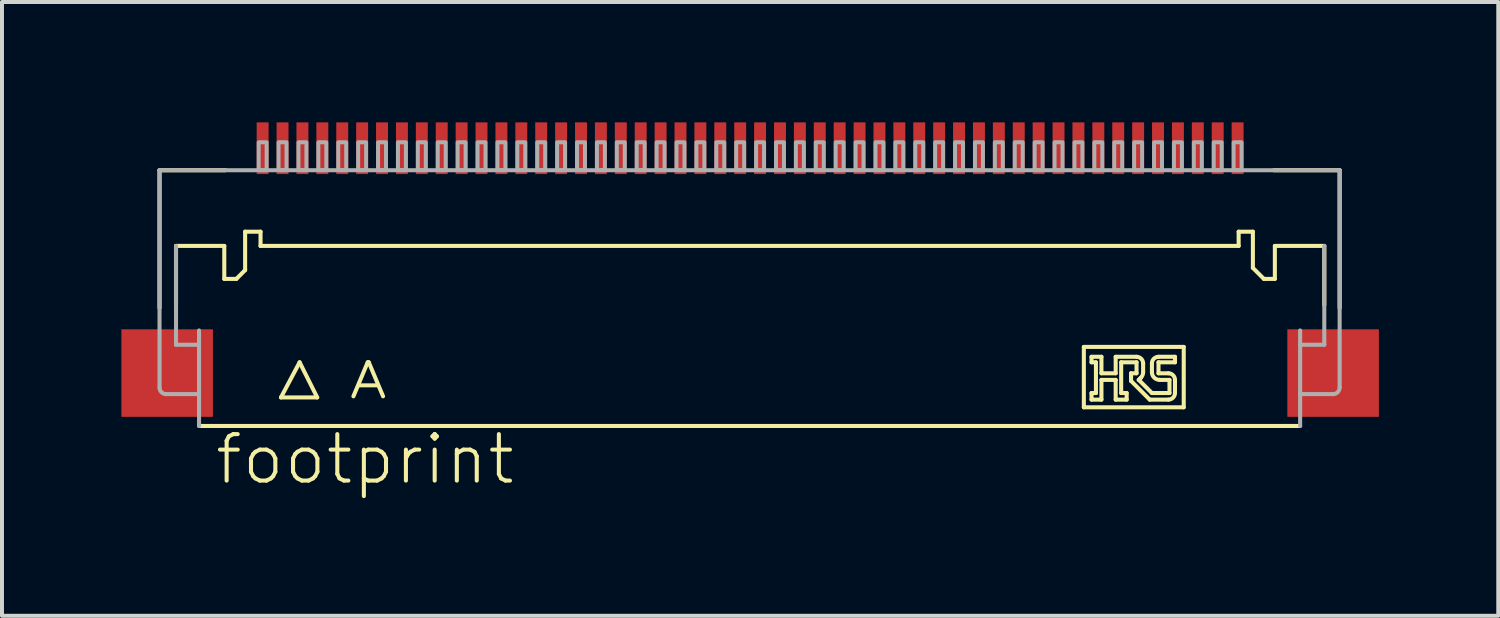
<source format=kicad_pcb>
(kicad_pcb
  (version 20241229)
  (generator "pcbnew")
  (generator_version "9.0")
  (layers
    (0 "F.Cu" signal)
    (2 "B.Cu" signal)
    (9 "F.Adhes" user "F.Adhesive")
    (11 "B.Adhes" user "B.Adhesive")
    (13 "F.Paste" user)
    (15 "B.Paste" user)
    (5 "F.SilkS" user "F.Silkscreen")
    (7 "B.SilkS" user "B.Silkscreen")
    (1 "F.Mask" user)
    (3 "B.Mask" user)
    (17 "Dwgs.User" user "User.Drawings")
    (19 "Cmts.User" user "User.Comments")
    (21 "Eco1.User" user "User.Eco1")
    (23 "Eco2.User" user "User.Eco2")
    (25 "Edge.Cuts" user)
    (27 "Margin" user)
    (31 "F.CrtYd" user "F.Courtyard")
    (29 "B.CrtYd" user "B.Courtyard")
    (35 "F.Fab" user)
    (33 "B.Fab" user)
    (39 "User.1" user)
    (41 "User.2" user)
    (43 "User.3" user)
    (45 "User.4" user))
  (footprint "footprint"
    (layer "F.Cu")
    (at 15.8 4.175)
    (property "Reference" "footprint" (at -13.5 5 0) (layer "F.SilkS") (effects (font (size 1.168 1.168) (thickness 0.102)) (justify left bottom)))
    (fp_poly (pts (xy -12.425 -2.825) (xy -12.075 -2.825) (xy -12.075 -4.175) (xy -12.425 -4.175)) (stroke (width 0) (type solid)) (fill yes) (layer "F.Mask"))
    (fp_poly (pts (xy -11.925 -2.825) (xy -11.575 -2.825) (xy -11.575 -4.175) (xy -11.925 -4.175)) (stroke (width 0) (type solid)) (fill yes) (layer "F.Mask"))
    (fp_poly (pts (xy -11.425 -2.825) (xy -11.075 -2.825) (xy -11.075 -4.175) (xy -11.425 -4.175)) (stroke (width 0) (type solid)) (fill yes) (layer "F.Mask"))
    (fp_poly (pts (xy -10.925 -2.825) (xy -10.575 -2.825) (xy -10.575 -4.175) (xy -10.925 -4.175)) (stroke (width 0) (type solid)) (fill yes) (layer "F.Mask"))
    (fp_poly (pts (xy -10.425 -2.825) (xy -10.075 -2.825) (xy -10.075 -4.175) (xy -10.425 -4.175)) (stroke (width 0) (type solid)) (fill yes) (layer "F.Mask"))
    (fp_poly (pts (xy -9.925 -2.825) (xy -9.575 -2.825) (xy -9.575 -4.175) (xy -9.925 -4.175)) (stroke (width 0) (type solid)) (fill yes) (layer "F.Mask"))
    (fp_poly (pts (xy -9.425 -2.825) (xy -9.075 -2.825) (xy -9.075 -4.175) (xy -9.425 -4.175)) (stroke (width 0) (type solid)) (fill yes) (layer "F.Mask"))
    (fp_poly (pts (xy -8.925 -2.825) (xy -8.575 -2.825) (xy -8.575 -4.175) (xy -8.925 -4.175)) (stroke (width 0) (type solid)) (fill yes) (layer "F.Mask"))
    (fp_poly (pts (xy -8.425 -2.825) (xy -8.075 -2.825) (xy -8.075 -4.175) (xy -8.425 -4.175)) (stroke (width 0) (type solid)) (fill yes) (layer "F.Mask"))
    (fp_poly (pts (xy -7.925 -2.825) (xy -7.575 -2.825) (xy -7.575 -4.175) (xy -7.925 -4.175)) (stroke (width 0) (type solid)) (fill yes) (layer "F.Mask"))
    (fp_poly (pts (xy -7.425 -2.825) (xy -7.075 -2.825) (xy -7.075 -4.175) (xy -7.425 -4.175)) (stroke (width 0) (type solid)) (fill yes) (layer "F.Mask"))
    (fp_poly (pts (xy -6.925 -2.825) (xy -6.575 -2.825) (xy -6.575 -4.175) (xy -6.925 -4.175)) (stroke (width 0) (type solid)) (fill yes) (layer "F.Mask"))
    (fp_poly (pts (xy -6.425 -2.825) (xy -6.075 -2.825) (xy -6.075 -4.175) (xy -6.425 -4.175)) (stroke (width 0) (type solid)) (fill yes) (layer "F.Mask"))
    (fp_poly (pts (xy -5.925 -2.825) (xy -5.575 -2.825) (xy -5.575 -4.175) (xy -5.925 -4.175)) (stroke (width 0) (type solid)) (fill yes) (layer "F.Mask"))
    (fp_poly (pts (xy -5.425 -2.825) (xy -5.075 -2.825) (xy -5.075 -4.175) (xy -5.425 -4.175)) (stroke (width 0) (type solid)) (fill yes) (layer "F.Mask"))
    (fp_poly (pts (xy -4.925 -2.825) (xy -4.575 -2.825) (xy -4.575 -4.175) (xy -4.925 -4.175)) (stroke (width 0) (type solid)) (fill yes) (layer "F.Mask"))
    (fp_poly (pts (xy -4.425 -2.825) (xy -4.075 -2.825) (xy -4.075 -4.175) (xy -4.425 -4.175)) (stroke (width 0) (type solid)) (fill yes) (layer "F.Mask"))
    (fp_poly (pts (xy -3.925 -2.825) (xy -3.575 -2.825) (xy -3.575 -4.175) (xy -3.925 -4.175)) (stroke (width 0) (type solid)) (fill yes) (layer "F.Mask"))
    (fp_poly (pts (xy -3.425 -2.825) (xy -3.075 -2.825) (xy -3.075 -4.175) (xy -3.425 -4.175)) (stroke (width 0) (type solid)) (fill yes) (layer "F.Mask"))
    (fp_poly (pts (xy -2.925 -2.825) (xy -2.575 -2.825) (xy -2.575 -4.175) (xy -2.925 -4.175)) (stroke (width 0) (type solid)) (fill yes) (layer "F.Mask"))
    (fp_poly (pts (xy -2.425 -2.825) (xy -2.075 -2.825) (xy -2.075 -4.175) (xy -2.425 -4.175)) (stroke (width 0) (type solid)) (fill yes) (layer "F.Mask"))
    (fp_poly (pts (xy -1.925 -2.825) (xy -1.575 -2.825) (xy -1.575 -4.175) (xy -1.925 -4.175)) (stroke (width 0) (type solid)) (fill yes) (layer "F.Mask"))
    (fp_poly (pts (xy -1.425 -2.825) (xy -1.075 -2.825) (xy -1.075 -4.175) (xy -1.425 -4.175)) (stroke (width 0) (type solid)) (fill yes) (layer "F.Mask"))
    (fp_poly (pts (xy -0.925 -2.825) (xy -0.575 -2.825) (xy -0.575 -4.175) (xy -0.925 -4.175)) (stroke (width 0) (type solid)) (fill yes) (layer "F.Mask"))
    (fp_poly (pts (xy -0.425 -2.825) (xy -0.075 -2.825) (xy -0.075 -4.175) (xy -0.425 -4.175)) (stroke (width 0) (type solid)) (fill yes) (layer "F.Mask"))
    (fp_poly (pts (xy 0.075 -2.825) (xy 0.425 -2.825) (xy 0.425 -4.175) (xy 0.075 -4.175)) (stroke (width 0) (type solid)) (fill yes) (layer "F.Mask"))
    (fp_poly (pts (xy 0.575 -2.825) (xy 0.925 -2.825) (xy 0.925 -4.175) (xy 0.575 -4.175)) (stroke (width 0) (type solid)) (fill yes) (layer "F.Mask"))
    (fp_poly (pts (xy 1.075 -2.825) (xy 1.425 -2.825) (xy 1.425 -4.175) (xy 1.075 -4.175)) (stroke (width 0) (type solid)) (fill yes) (layer "F.Mask"))
    (fp_poly (pts (xy 1.575 -2.825) (xy 1.925 -2.825) (xy 1.925 -4.175) (xy 1.575 -4.175)) (stroke (width 0) (type solid)) (fill yes) (layer "F.Mask"))
    (fp_poly (pts (xy 2.075 -2.825) (xy 2.425 -2.825) (xy 2.425 -4.175) (xy 2.075 -4.175)) (stroke (width 0) (type solid)) (fill yes) (layer "F.Mask"))
    (fp_poly (pts (xy 2.575 -2.825) (xy 2.925 -2.825) (xy 2.925 -4.175) (xy 2.575 -4.175)) (stroke (width 0) (type solid)) (fill yes) (layer "F.Mask"))
    (fp_poly (pts (xy 3.075 -2.825) (xy 3.425 -2.825) (xy 3.425 -4.175) (xy 3.075 -4.175)) (stroke (width 0) (type solid)) (fill yes) (layer "F.Mask"))
    (fp_poly (pts (xy 3.575 -2.825) (xy 3.925 -2.825) (xy 3.925 -4.175) (xy 3.575 -4.175)) (stroke (width 0) (type solid)) (fill yes) (layer "F.Mask"))
    (fp_poly (pts (xy 4.075 -2.825) (xy 4.425 -2.825) (xy 4.425 -4.175) (xy 4.075 -4.175)) (stroke (width 0) (type solid)) (fill yes) (layer "F.Mask"))
    (fp_poly (pts (xy 4.575 -2.825) (xy 4.925 -2.825) (xy 4.925 -4.175) (xy 4.575 -4.175)) (stroke (width 0) (type solid)) (fill yes) (layer "F.Mask"))
    (fp_poly (pts (xy 5.075 -2.825) (xy 5.425 -2.825) (xy 5.425 -4.175) (xy 5.075 -4.175)) (stroke (width 0) (type solid)) (fill yes) (layer "F.Mask"))
    (fp_poly (pts (xy 5.575 -2.825) (xy 5.925 -2.825) (xy 5.925 -4.175) (xy 5.575 -4.175)) (stroke (width 0) (type solid)) (fill yes) (layer "F.Mask"))
    (fp_poly (pts (xy 6.075 -2.825) (xy 6.425 -2.825) (xy 6.425 -4.175) (xy 6.075 -4.175)) (stroke (width 0) (type solid)) (fill yes) (layer "F.Mask"))
    (fp_poly (pts (xy 6.575 -2.825) (xy 6.925 -2.825) (xy 6.925 -4.175) (xy 6.575 -4.175)) (stroke (width 0) (type solid)) (fill yes) (layer "F.Mask"))
    (fp_poly (pts (xy 7.075 -2.825) (xy 7.425 -2.825) (xy 7.425 -4.175) (xy 7.075 -4.175)) (stroke (width 0) (type solid)) (fill yes) (layer "F.Mask"))
    (fp_poly (pts (xy 7.575 -2.825) (xy 7.925 -2.825) (xy 7.925 -4.175) (xy 7.575 -4.175)) (stroke (width 0) (type solid)) (fill yes) (layer "F.Mask"))
    (fp_poly (pts (xy 8.075 -2.825) (xy 8.425 -2.825) (xy 8.425 -4.175) (xy 8.075 -4.175)) (stroke (width 0) (type solid)) (fill yes) (layer "F.Mask"))
    (fp_poly (pts (xy 8.575 -2.825) (xy 8.925 -2.825) (xy 8.925 -4.175) (xy 8.575 -4.175)) (stroke (width 0) (type solid)) (fill yes) (layer "F.Mask"))
    (fp_poly (pts (xy 9.075 -2.825) (xy 9.425 -2.825) (xy 9.425 -4.175) (xy 9.075 -4.175)) (stroke (width 0) (type solid)) (fill yes) (layer "F.Mask"))
    (fp_poly (pts (xy 9.575 -2.825) (xy 9.925 -2.825) (xy 9.925 -4.175) (xy 9.575 -4.175)) (stroke (width 0) (type solid)) (fill yes) (layer "F.Mask"))
    (fp_poly (pts (xy 10.075 -2.825) (xy 10.425 -2.825) (xy 10.425 -4.175) (xy 10.075 -4.175)) (stroke (width 0) (type solid)) (fill yes) (layer "F.Mask"))
    (fp_poly (pts (xy 10.575 -2.825) (xy 10.925 -2.825) (xy 10.925 -4.175) (xy 10.575 -4.175)) (stroke (width 0) (type solid)) (fill yes) (layer "F.Mask"))
    (fp_poly (pts (xy 11.075 -2.825) (xy 11.425 -2.825) (xy 11.425 -4.175) (xy 11.075 -4.175)) (stroke (width 0) (type solid)) (fill yes) (layer "F.Mask"))
    (fp_poly (pts (xy 11.575 -2.825) (xy 11.925 -2.825) (xy 11.925 -4.175) (xy 11.575 -4.175)) (stroke (width 0) (type solid)) (fill yes) (layer "F.Mask"))
    (fp_poly (pts (xy 12.075 -2.825) (xy 12.425 -2.825) (xy 12.425 -4.175) (xy 12.075 -4.175)) (stroke (width 0) (type solid)) (fill yes) (layer "F.Mask"))
    (fp_line (start -14.841 -2.948) (end -13.186 -2.948) (stroke (width 0.102) (type solid)) (layer "F.SilkS"))
    (fp_line (start -14.841 0.514) (end -14.841 -2.948) (stroke (width 0.102) (type solid)) (layer "F.SilkS"))
    (fp_line (start -14.427 -1.045) (end -14.427 0.438) (stroke (width 0.102) (type solid)) (layer "F.SilkS"))
    (fp_line (start -13.214 -1.045) (end -14.427 -1.045) (stroke (width 0.102) (type solid)) (layer "F.SilkS"))
    (fp_line (start -13.214 -0.217) (end -13.214 -1.045) (stroke (width 0.102) (type solid)) (layer "F.SilkS"))
    (fp_line (start -12.91 -0.217) (end -13.214 -0.217) (stroke (width 0.102) (type solid)) (layer "F.SilkS"))
    (fp_line (start -12.69 -1.403) (end -12.69 -0.438) (stroke (width 0.102) (type solid)) (layer "F.SilkS"))
    (fp_line (start -12.69 -0.438) (end -12.91 -0.217) (stroke (width 0.102) (type solid)) (layer "F.SilkS"))
    (fp_line (start -12.303 -1.403) (end -12.69 -1.403) (stroke (width 0.102) (type solid)) (layer "F.SilkS"))
    (fp_line (start -12.303 -1.045) (end -12.303 -1.403) (stroke (width 0.102) (type solid)) (layer "F.SilkS"))
    (fp_line (start -11.79 2.762) (end -10.879 2.762) (stroke (width 0.102) (type solid)) (layer "F.SilkS"))
    (fp_line (start -11.321 1.879) (end -11.79 2.762) (stroke (width 0.102) (type solid)) (layer "F.SilkS"))
    (fp_line (start -10.879 2.762) (end -11.321 1.879) (stroke (width 0.102) (type solid)) (layer "F.SilkS"))
    (fp_line (start -9.969 2.734) (end -9.61 1.879) (stroke (width 0.102) (type solid)) (layer "F.SilkS"))
    (fp_line (start -9.61 1.879) (end -9.583 1.879) (stroke (width 0.102) (type solid)) (layer "F.SilkS"))
    (fp_line (start -9.583 1.879) (end -9.224 2.734) (stroke (width 0.102) (type solid)) (layer "F.SilkS"))
    (fp_line (start -9.362 2.458) (end -9.831 2.458) (stroke (width 0.102) (type solid)) (layer "F.SilkS"))
    (fp_line (start 8.386 1.493) (end 10.896 1.493) (stroke (width 0.102) (type solid)) (layer "F.SilkS"))
    (fp_line (start 8.386 3.01) (end 8.386 1.493) (stroke (width 0.102) (type solid)) (layer "F.SilkS"))
    (fp_line (start 8.579 1.741) (end 8.828 1.741) (stroke (width 0.102) (type solid)) (layer "F.SilkS"))
    (fp_line (start 8.579 1.879) (end 8.579 1.741) (stroke (width 0.102) (type solid)) (layer "F.SilkS"))
    (fp_line (start 8.579 2.652) (end 8.69 2.652) (stroke (width 0.102) (type solid)) (layer "F.SilkS"))
    (fp_line (start 8.579 2.817) (end 8.579 2.652) (stroke (width 0.102) (type solid)) (layer "F.SilkS"))
    (fp_line (start 8.69 1.879) (end 8.579 1.879) (stroke (width 0.102) (type solid)) (layer "F.SilkS"))
    (fp_line (start 8.69 2.652) (end 8.69 1.879) (stroke (width 0.102) (type solid)) (layer "F.SilkS"))
    (fp_line (start 8.828 1.741) (end 8.828 2.155) (stroke (width 0.102) (type solid)) (layer "F.SilkS"))
    (fp_line (start 8.828 2.155) (end 9.186 2.155) (stroke (width 0.102) (type solid)) (layer "F.SilkS"))
    (fp_line (start 8.828 2.321) (end 8.828 2.817) (stroke (width 0.102) (type solid)) (layer "F.SilkS"))
    (fp_line (start 8.828 2.817) (end 8.579 2.817) (stroke (width 0.102) (type solid)) (layer "F.SilkS"))
    (fp_line (start 9.186 1.741) (end 9.71 1.741) (stroke (width 0.102) (type solid)) (layer "F.SilkS"))
    (fp_line (start 9.186 2.155) (end 9.186 1.741) (stroke (width 0.102) (type solid)) (layer "F.SilkS"))
    (fp_line (start 9.186 2.321) (end 8.828 2.321) (stroke (width 0.102) (type solid)) (layer "F.SilkS"))
    (fp_line (start 9.186 2.817) (end 9.186 2.321) (stroke (width 0.102) (type solid)) (layer "F.SilkS"))
    (fp_line (start 9.324 1.879) (end 9.324 2.652) (stroke (width 0.102) (type solid)) (layer "F.SilkS"))
    (fp_line (start 9.324 2.652) (end 9.462 2.652) (stroke (width 0.102) (type solid)) (layer "F.SilkS"))
    (fp_line (start 9.462 2.652) (end 9.462 2.817) (stroke (width 0.102) (type solid)) (layer "F.SilkS"))
    (fp_line (start 9.462 2.817) (end 9.186 2.817) (stroke (width 0.102) (type solid)) (layer "F.SilkS"))
    (fp_line (start 9.572 2.155) (end 9.71 2.155) (stroke (width 0.102) (type solid)) (layer "F.SilkS"))
    (fp_line (start 9.572 2.348) (end 9.572 2.155) (stroke (width 0.102) (type solid)) (layer "F.SilkS"))
    (fp_line (start 9.71 1.879) (end 9.324 1.879) (stroke (width 0.102) (type solid)) (layer "F.SilkS"))
    (fp_line (start 9.71 2.155) (end 9.71 1.879) (stroke (width 0.102) (type solid)) (layer "F.SilkS"))
    (fp_line (start 9.765 2.321) (end 10.097 2.652) (stroke (width 0.102) (type solid)) (layer "F.SilkS"))
    (fp_line (start 9.793 2.293) (end 9.765 2.321) (stroke (width 0.102) (type solid)) (layer "F.SilkS"))
    (fp_line (start 9.876 1.907) (end 9.876 2.127) (stroke (width 0.102) (type solid)) (layer "F.SilkS"))
    (fp_line (start 10.041 2.817) (end 9.572 2.348) (stroke (width 0.102) (type solid)) (layer "F.SilkS"))
    (fp_line (start 10.097 2.127) (end 10.097 1.907) (stroke (width 0.102) (type solid)) (layer "F.SilkS"))
    (fp_line (start 10.097 2.652) (end 10.538 2.652) (stroke (width 0.102) (type solid)) (layer "F.SilkS"))
    (fp_line (start 10.262 1.741) (end 10.676 1.741) (stroke (width 0.102) (type solid)) (layer "F.SilkS"))
    (fp_line (start 10.262 1.879) (end 10.262 2.155) (stroke (width 0.102) (type solid)) (layer "F.SilkS"))
    (fp_line (start 10.262 2.155) (end 10.51 2.155) (stroke (width 0.102) (type solid)) (layer "F.SilkS"))
    (fp_line (start 10.51 2.817) (end 10.041 2.817) (stroke (width 0.102) (type solid)) (layer "F.SilkS"))
    (fp_line (start 10.538 2.321) (end 10.29 2.321) (stroke (width 0.102) (type solid)) (layer "F.SilkS"))
    (fp_line (start 10.538 2.652) (end 10.538 2.321) (stroke (width 0.102) (type solid)) (layer "F.SilkS"))
    (fp_line (start 10.676 1.741) (end 10.676 1.879) (stroke (width 0.102) (type solid)) (layer "F.SilkS"))
    (fp_line (start 10.676 1.879) (end 10.262 1.879) (stroke (width 0.102) (type solid)) (layer "F.SilkS"))
    (fp_line (start 10.676 2.321) (end 10.676 2.652) (stroke (width 0.102) (type solid)) (layer "F.SilkS"))
    (fp_line (start 10.896 1.493) (end 10.896 3.01) (stroke (width 0.102) (type solid)) (layer "F.SilkS"))
    (fp_line (start 10.896 3.01) (end 8.386 3.01) (stroke (width 0.102) (type solid)) (layer "F.SilkS"))
    (fp_line (start 12.276 -1.403) (end 12.276 -1.045) (stroke (width 0.102) (type solid)) (layer "F.SilkS"))
    (fp_line (start 12.276 -1.045) (end -12.303 -1.045) (stroke (width 0.102) (type solid)) (layer "F.SilkS"))
    (fp_line (start 12.634 -1.403) (end 12.276 -1.403) (stroke (width 0.102) (type solid)) (layer "F.SilkS"))
    (fp_line (start 12.634 -0.493) (end 12.634 -1.403) (stroke (width 0.102) (type solid)) (layer "F.SilkS"))
    (fp_line (start 12.91 -0.217) (end 12.634 -0.493) (stroke (width 0.102) (type solid)) (layer "F.SilkS"))
    (fp_line (start 13.159 -2.948) (end 14.814 -2.948) (stroke (width 0.102) (type solid)) (layer "F.SilkS"))
    (fp_line (start 13.186 -1.045) (end 13.186 -0.217) (stroke (width 0.102) (type solid)) (layer "F.SilkS"))
    (fp_line (start 13.186 -0.217) (end 12.91 -0.217) (stroke (width 0.102) (type solid)) (layer "F.SilkS"))
    (fp_line (start 13.821 3.479) (end -13.848 3.479) (stroke (width 0.102) (type solid)) (layer "F.SilkS"))
    (fp_line (start 14.428 -1.045) (end 13.186 -1.045) (stroke (width 0.102) (type solid)) (layer "F.SilkS"))
    (fp_line (start 14.428 0.438) (end 14.428 -1.045) (stroke (width 0.102) (type solid)) (layer "F.SilkS"))
    (fp_line (start 14.814 -2.948) (end 14.814 0.514) (stroke (width 0.102) (type solid)) (layer "F.SilkS"))
    (fp_arc (start 9.7103 1.7413) (mid 9.827355 1.789745) (end 9.875799 1.906801) (stroke (width 0.1016) (type solid)) (layer "F.SilkS"))
    (fp_arc (start 9.8206 2.2654) (mid 9.807004 2.279354) (end 9.7931 2.293) (stroke (width 0.1016) (type solid)) (layer "F.SilkS"))
    (fp_arc (start 9.8758 2.1275) (mid 9.861462 2.201759) (end 9.820599 2.2654) (stroke (width 0.1016) (type solid)) (layer "F.SilkS"))
    (fp_arc (start 10.0965 1.9068) (mid 10.144945 1.789745) (end 10.262 1.7413) (stroke (width 0.1016) (type solid)) (layer "F.SilkS"))
    (fp_arc (start 10.2896 2.3206) (mid 10.153028 2.264072) (end 10.096499 2.127501) (stroke (width 0.1016) (type solid)) (layer "F.SilkS"))
    (fp_arc (start 10.5103 2.1551) (mid 10.627355 2.203545) (end 10.675799 2.320601) (stroke (width 0.1016) (type solid)) (layer "F.SilkS"))
    (fp_arc (start 10.6758 2.6516) (mid 10.627296 2.768597) (end 10.510298 2.8171) (stroke (width 0.1016) (type solid)) (layer "F.SilkS"))
    (fp_line (start -14.841 -2.948) (end 14.814 -2.948) (stroke (width 0.102) (type solid)) (layer "F.Fab"))
    (fp_line (start -14.841 2.514) (end -14.841 -2.948) (stroke (width 0.102) (type solid)) (layer "F.Fab"))
    (fp_line (start -14.427 -1.045) (end -14.427 1.438) (stroke (width 0.102) (type solid)) (layer "F.Fab"))
    (fp_line (start -14.427 1.438) (end -13.903 1.438) (stroke (width 0.102) (type solid)) (layer "F.Fab"))
    (fp_line (start -13.876 2.679) (end -14.676 2.679) (stroke (width 0.102) (type solid)) (layer "F.Fab"))
    (fp_line (start -13.848 3.479) (end -13.848 1.079) (stroke (width 0.102) (type solid)) (layer "F.Fab"))
    (fp_line (start 13.821 1.438) (end 13.821 1.079) (stroke (width 0.102) (type solid)) (layer "F.Fab"))
    (fp_line (start 13.821 1.438) (end 14.428 1.438) (stroke (width 0.102) (type solid)) (layer "F.Fab"))
    (fp_line (start 13.821 2.679) (end 13.821 1.438) (stroke (width 0.102) (type solid)) (layer "F.Fab"))
    (fp_line (start 13.821 2.679) (end 13.821 3.479) (stroke (width 0.102) (type solid)) (layer "F.Fab"))
    (fp_line (start 14.428 1.438) (end 14.428 -1.045) (stroke (width 0.102) (type solid)) (layer "F.Fab"))
    (fp_line (start 14.648 2.679) (end 13.821 2.679) (stroke (width 0.102) (type solid)) (layer "F.Fab"))
    (fp_line (start 14.814 -2.948) (end 14.814 2.514) (stroke (width 0.102) (type solid)) (layer "F.Fab"))
    (fp_arc (start -14.6757 2.6792) (mid -14.792726 2.630726) (end -14.8412 2.5137) (stroke (width 0.1016) (type solid)) (layer "F.Fab"))
    (fp_arc (start 14.8137 2.5137) (mid 14.765196 2.630697) (end 14.648198 2.6792) (stroke (width 0.1016) (type solid)) (layer "F.Fab"))
    (fp_poly (pts (xy -12.15 -2.95) (xy -12.15 -3.65) (xy -12.35 -3.65) (xy -12.35 -2.95)) (stroke (width 0.1) (type solid)) (fill no) (layer "F.Fab"))
    (fp_poly (pts (xy -11.65 -2.95) (xy -11.65 -3.65) (xy -11.85 -3.65) (xy -11.85 -2.95)) (stroke (width 0.1) (type solid)) (fill no) (layer "F.Fab"))
    (fp_poly (pts (xy -11.15 -2.95) (xy -11.15 -3.65) (xy -11.35 -3.65) (xy -11.35 -2.95)) (stroke (width 0.1) (type solid)) (fill no) (layer "F.Fab"))
    (fp_poly (pts (xy -10.65 -2.95) (xy -10.65 -3.65) (xy -10.85 -3.65) (xy -10.85 -2.95)) (stroke (width 0.1) (type solid)) (fill no) (layer "F.Fab"))
    (fp_poly (pts (xy -10.15 -2.95) (xy -10.15 -3.65) (xy -10.35 -3.65) (xy -10.35 -2.95)) (stroke (width 0.1) (type solid)) (fill no) (layer "F.Fab"))
    (fp_poly (pts (xy -9.65 -2.95) (xy -9.65 -3.65) (xy -9.85 -3.65) (xy -9.85 -2.95)) (stroke (width 0.1) (type solid)) (fill no) (layer "F.Fab"))
    (fp_poly (pts (xy -9.15 -2.95) (xy -9.15 -3.65) (xy -9.35 -3.65) (xy -9.35 -2.95)) (stroke (width 0.1) (type solid)) (fill no) (layer "F.Fab"))
    (fp_poly (pts (xy -8.65 -2.95) (xy -8.65 -3.65) (xy -8.85 -3.65) (xy -8.85 -2.95)) (stroke (width 0.1) (type solid)) (fill no) (layer "F.Fab"))
    (fp_poly (pts (xy -8.15 -2.95) (xy -8.15 -3.65) (xy -8.35 -3.65) (xy -8.35 -2.95)) (stroke (width 0.1) (type solid)) (fill no) (layer "F.Fab"))
    (fp_poly (pts (xy -7.65 -2.95) (xy -7.65 -3.65) (xy -7.85 -3.65) (xy -7.85 -2.95)) (stroke (width 0.1) (type solid)) (fill no) (layer "F.Fab"))
    (fp_poly (pts (xy -7.15 -2.95) (xy -7.15 -3.65) (xy -7.35 -3.65) (xy -7.35 -2.95)) (stroke (width 0.1) (type solid)) (fill no) (layer "F.Fab"))
    (fp_poly (pts (xy -6.65 -2.95) (xy -6.65 -3.65) (xy -6.85 -3.65) (xy -6.85 -2.95)) (stroke (width 0.1) (type solid)) (fill no) (layer "F.Fab"))
    (fp_poly (pts (xy -6.15 -2.95) (xy -6.15 -3.65) (xy -6.35 -3.65) (xy -6.35 -2.95)) (stroke (width 0.1) (type solid)) (fill no) (layer "F.Fab"))
    (fp_poly (pts (xy -5.65 -2.95) (xy -5.65 -3.65) (xy -5.85 -3.65) (xy -5.85 -2.95)) (stroke (width 0.1) (type solid)) (fill no) (layer "F.Fab"))
    (fp_poly (pts (xy -5.15 -2.95) (xy -5.15 -3.65) (xy -5.35 -3.65) (xy -5.35 -2.95)) (stroke (width 0.1) (type solid)) (fill no) (layer "F.Fab"))
    (fp_poly (pts (xy -4.65 -2.95) (xy -4.65 -3.65) (xy -4.85 -3.65) (xy -4.85 -2.95)) (stroke (width 0.1) (type solid)) (fill no) (layer "F.Fab"))
    (fp_poly (pts (xy -4.15 -2.95) (xy -4.15 -3.65) (xy -4.35 -3.65) (xy -4.35 -2.95)) (stroke (width 0.1) (type solid)) (fill no) (layer "F.Fab"))
    (fp_poly (pts (xy -3.65 -2.95) (xy -3.65 -3.65) (xy -3.85 -3.65) (xy -3.85 -2.95)) (stroke (width 0.1) (type solid)) (fill no) (layer "F.Fab"))
    (fp_poly (pts (xy -3.15 -2.95) (xy -3.15 -3.65) (xy -3.35 -3.65) (xy -3.35 -2.95)) (stroke (width 0.1) (type solid)) (fill no) (layer "F.Fab"))
    (fp_poly (pts (xy -2.65 -2.95) (xy -2.65 -3.65) (xy -2.85 -3.65) (xy -2.85 -2.95)) (stroke (width 0.1) (type solid)) (fill no) (layer "F.Fab"))
    (fp_poly (pts (xy -2.15 -2.95) (xy -2.15 -3.65) (xy -2.35 -3.65) (xy -2.35 -2.95)) (stroke (width 0.1) (type solid)) (fill no) (layer "F.Fab"))
    (fp_poly (pts (xy -1.65 -2.95) (xy -1.65 -3.65) (xy -1.85 -3.65) (xy -1.85 -2.95)) (stroke (width 0.1) (type solid)) (fill no) (layer "F.Fab"))
    (fp_poly (pts (xy -1.15 -2.95) (xy -1.15 -3.65) (xy -1.35 -3.65) (xy -1.35 -2.95)) (stroke (width 0.1) (type solid)) (fill no) (layer "F.Fab"))
    (fp_poly (pts (xy -0.65 -2.95) (xy -0.65 -3.65) (xy -0.85 -3.65) (xy -0.85 -2.95)) (stroke (width 0.1) (type solid)) (fill no) (layer "F.Fab"))
    (fp_poly (pts (xy -0.15 -2.95) (xy -0.15 -3.65) (xy -0.35 -3.65) (xy -0.35 -2.95)) (stroke (width 0.1) (type solid)) (fill no) (layer "F.Fab"))
    (fp_poly (pts (xy 0.35 -2.95) (xy 0.35 -3.65) (xy 0.15 -3.65) (xy 0.15 -2.95)) (stroke (width 0.1) (type solid)) (fill no) (layer "F.Fab"))
    (fp_poly (pts (xy 0.85 -2.95) (xy 0.85 -3.65) (xy 0.65 -3.65) (xy 0.65 -2.95)) (stroke (width 0.1) (type solid)) (fill no) (layer "F.Fab"))
    (fp_poly (pts (xy 1.35 -2.95) (xy 1.35 -3.65) (xy 1.15 -3.65) (xy 1.15 -2.95)) (stroke (width 0.1) (type solid)) (fill no) (layer "F.Fab"))
    (fp_poly (pts (xy 1.85 -2.95) (xy 1.85 -3.65) (xy 1.65 -3.65) (xy 1.65 -2.95)) (stroke (width 0.1) (type solid)) (fill no) (layer "F.Fab"))
    (fp_poly (pts (xy 2.35 -2.95) (xy 2.35 -3.65) (xy 2.15 -3.65) (xy 2.15 -2.95)) (stroke (width 0.1) (type solid)) (fill no) (layer "F.Fab"))
    (fp_poly (pts (xy 2.85 -2.95) (xy 2.85 -3.65) (xy 2.65 -3.65) (xy 2.65 -2.95)) (stroke (width 0.1) (type solid)) (fill no) (layer "F.Fab"))
    (fp_poly (pts (xy 3.35 -2.95) (xy 3.35 -3.65) (xy 3.15 -3.65) (xy 3.15 -2.95)) (stroke (width 0.1) (type solid)) (fill no) (layer "F.Fab"))
    (fp_poly (pts (xy 3.85 -2.95) (xy 3.85 -3.65) (xy 3.65 -3.65) (xy 3.65 -2.95)) (stroke (width 0.1) (type solid)) (fill no) (layer "F.Fab"))
    (fp_poly (pts (xy 4.35 -2.95) (xy 4.35 -3.65) (xy 4.15 -3.65) (xy 4.15 -2.95)) (stroke (width 0.1) (type solid)) (fill no) (layer "F.Fab"))
    (fp_poly (pts (xy 4.85 -2.95) (xy 4.85 -3.65) (xy 4.65 -3.65) (xy 4.65 -2.95)) (stroke (width 0.1) (type solid)) (fill no) (layer "F.Fab"))
    (fp_poly (pts (xy 5.35 -2.95) (xy 5.35 -3.65) (xy 5.15 -3.65) (xy 5.15 -2.95)) (stroke (width 0.1) (type solid)) (fill no) (layer "F.Fab"))
    (fp_poly (pts (xy 5.85 -2.95) (xy 5.85 -3.65) (xy 5.65 -3.65) (xy 5.65 -2.95)) (stroke (width 0.1) (type solid)) (fill no) (layer "F.Fab"))
    (fp_poly (pts (xy 6.35 -2.95) (xy 6.35 -3.65) (xy 6.15 -3.65) (xy 6.15 -2.95)) (stroke (width 0.1) (type solid)) (fill no) (layer "F.Fab"))
    (fp_poly (pts (xy 6.85 -2.95) (xy 6.85 -3.65) (xy 6.65 -3.65) (xy 6.65 -2.95)) (stroke (width 0.1) (type solid)) (fill no) (layer "F.Fab"))
    (fp_poly (pts (xy 7.35 -2.95) (xy 7.35 -3.65) (xy 7.15 -3.65) (xy 7.15 -2.95)) (stroke (width 0.1) (type solid)) (fill no) (layer "F.Fab"))
    (fp_poly (pts (xy 7.85 -2.95) (xy 7.85 -3.65) (xy 7.65 -3.65) (xy 7.65 -2.95)) (stroke (width 0.1) (type solid)) (fill no) (layer "F.Fab"))
    (fp_poly (pts (xy 8.35 -2.95) (xy 8.35 -3.65) (xy 8.15 -3.65) (xy 8.15 -2.95)) (stroke (width 0.1) (type solid)) (fill no) (layer "F.Fab"))
    (fp_poly (pts (xy 8.85 -2.95) (xy 8.85 -3.65) (xy 8.65 -3.65) (xy 8.65 -2.95)) (stroke (width 0.1) (type solid)) (fill no) (layer "F.Fab"))
    (fp_poly (pts (xy 9.35 -2.95) (xy 9.35 -3.65) (xy 9.15 -3.65) (xy 9.15 -2.95)) (stroke (width 0.1) (type solid)) (fill no) (layer "F.Fab"))
    (fp_poly (pts (xy 9.85 -2.95) (xy 9.85 -3.65) (xy 9.65 -3.65) (xy 9.65 -2.95)) (stroke (width 0.1) (type solid)) (fill no) (layer "F.Fab"))
    (fp_poly (pts (xy 10.35 -2.95) (xy 10.35 -3.65) (xy 10.15 -3.65) (xy 10.15 -2.95)) (stroke (width 0.1) (type solid)) (fill no) (layer "F.Fab"))
    (fp_poly (pts (xy 10.85 -2.95) (xy 10.85 -3.65) (xy 10.65 -3.65) (xy 10.65 -2.95)) (stroke (width 0.1) (type solid)) (fill no) (layer "F.Fab"))
    (fp_poly (pts (xy 11.35 -2.95) (xy 11.35 -3.65) (xy 11.15 -3.65) (xy 11.15 -2.95)) (stroke (width 0.1) (type solid)) (fill no) (layer "F.Fab"))
    (fp_poly (pts (xy 11.85 -2.95) (xy 11.85 -3.65) (xy 11.65 -3.65) (xy 11.65 -2.95)) (stroke (width 0.1) (type solid)) (fill no) (layer "F.Fab"))
    (fp_poly (pts (xy 12.35 -2.95) (xy 12.35 -3.65) (xy 12.15 -3.65) (xy 12.15 -2.95)) (stroke (width 0.1) (type solid)) (fill no) (layer "F.Fab"))
    (pad "1" smd rect (at -12.25 -3.5) (size 0.3 1.3) (layers "F.Cu" "F.Paste"))
    (pad "2" smd rect (at -11.75 -3.5) (size 0.3 1.3) (layers "F.Cu" "F.Paste"))
    (pad "3" smd rect (at -11.25 -3.5) (size 0.3 1.3) (layers "F.Cu" "F.Paste"))
    (pad "4" smd rect (at -10.75 -3.5) (size 0.3 1.3) (layers "F.Cu" "F.Paste"))
    (pad "5" smd rect (at -10.25 -3.5) (size 0.3 1.3) (layers "F.Cu" "F.Paste"))
    (pad "6" smd rect (at -9.75 -3.5) (size 0.3 1.3) (layers "F.Cu" "F.Paste"))
    (pad "7" smd rect (at -9.25 -3.5) (size 0.3 1.3) (layers "F.Cu" "F.Paste"))
    (pad "8" smd rect (at -8.75 -3.5) (size 0.3 1.3) (layers "F.Cu" "F.Paste"))
    (pad "9" smd rect (at -8.25 -3.5) (size 0.3 1.3) (layers "F.Cu" "F.Paste"))
    (pad "10" smd rect (at -7.75 -3.5) (size 0.3 1.3) (layers "F.Cu" "F.Paste"))
    (pad "11" smd rect (at -7.25 -3.5) (size 0.3 1.3) (layers "F.Cu" "F.Paste"))
    (pad "12" smd rect (at -6.75 -3.5) (size 0.3 1.3) (layers "F.Cu" "F.Paste"))
    (pad "13" smd rect (at -6.25 -3.5) (size 0.3 1.3) (layers "F.Cu" "F.Paste"))
    (pad "14" smd rect (at -5.75 -3.5) (size 0.3 1.3) (layers "F.Cu" "F.Paste"))
    (pad "15" smd rect (at -5.25 -3.5) (size 0.3 1.3) (layers "F.Cu" "F.Paste"))
    (pad "16" smd rect (at -4.75 -3.5) (size 0.3 1.3) (layers "F.Cu" "F.Paste"))
    (pad "17" smd rect (at -4.25 -3.5) (size 0.3 1.3) (layers "F.Cu" "F.Paste"))
    (pad "18" smd rect (at -3.75 -3.5) (size 0.3 1.3) (layers "F.Cu" "F.Paste"))
    (pad "19" smd rect (at -3.25 -3.5) (size 0.3 1.3) (layers "F.Cu" "F.Paste"))
    (pad "20" smd rect (at -2.75 -3.5) (size 0.3 1.3) (layers "F.Cu" "F.Paste"))
    (pad "21" smd rect (at -2.25 -3.5) (size 0.3 1.3) (layers "F.Cu" "F.Paste"))
    (pad "22" smd rect (at -1.75 -3.5) (size 0.3 1.3) (layers "F.Cu" "F.Paste"))
    (pad "23" smd rect (at -1.25 -3.5) (size 0.3 1.3) (layers "F.Cu" "F.Paste"))
    (pad "24" smd rect (at -0.75 -3.5) (size 0.3 1.3) (layers "F.Cu" "F.Paste"))
    (pad "25" smd rect (at -0.25 -3.5) (size 0.3 1.3) (layers "F.Cu" "F.Paste"))
    (pad "26" smd rect (at 0.25 -3.5) (size 0.3 1.3) (layers "F.Cu" "F.Paste"))
    (pad "27" smd rect (at 0.75 -3.5) (size 0.3 1.3) (layers "F.Cu" "F.Paste"))
    (pad "28" smd rect (at 1.25 -3.5) (size 0.3 1.3) (layers "F.Cu" "F.Paste"))
    (pad "29" smd rect (at 1.75 -3.5) (size 0.3 1.3) (layers "F.Cu" "F.Paste"))
    (pad "30" smd rect (at 2.25 -3.5) (size 0.3 1.3) (layers "F.Cu" "F.Paste"))
    (pad "31" smd rect (at 2.75 -3.5) (size 0.3 1.3) (layers "F.Cu" "F.Paste"))
    (pad "32" smd rect (at 3.25 -3.5) (size 0.3 1.3) (layers "F.Cu" "F.Paste"))
    (pad "33" smd rect (at 3.75 -3.5) (size 0.3 1.3) (layers "F.Cu" "F.Paste"))
    (pad "34" smd rect (at 4.25 -3.5) (size 0.3 1.3) (layers "F.Cu" "F.Paste"))
    (pad "35" smd rect (at 4.75 -3.5) (size 0.3 1.3) (layers "F.Cu" "F.Paste"))
    (pad "36" smd rect (at 5.25 -3.5) (size 0.3 1.3) (layers "F.Cu" "F.Paste"))
    (pad "37" smd rect (at 5.75 -3.5) (size 0.3 1.3) (layers "F.Cu" "F.Paste"))
    (pad "38" smd rect (at 6.25 -3.5) (size 0.3 1.3) (layers "F.Cu" "F.Paste"))
    (pad "39" smd rect (at 6.75 -3.5) (size 0.3 1.3) (layers "F.Cu" "F.Paste"))
    (pad "40" smd rect (at 7.25 -3.5) (size 0.3 1.3) (layers "F.Cu" "F.Paste"))
    (pad "41" smd rect (at 7.75 -3.5) (size 0.3 1.3) (layers "F.Cu" "F.Paste"))
    (pad "42" smd rect (at 8.25 -3.5) (size 0.3 1.3) (layers "F.Cu" "F.Paste"))
    (pad "43" smd rect (at 8.75 -3.5) (size 0.3 1.3) (layers "F.Cu" "F.Paste"))
    (pad "44" smd rect (at 9.25 -3.5) (size 0.3 1.3) (layers "F.Cu" "F.Paste"))
    (pad "45" smd rect (at 9.75 -3.5) (size 0.3 1.3) (layers "F.Cu" "F.Paste"))
    (pad "46" smd rect (at 10.25 -3.5) (size 0.3 1.3) (layers "F.Cu" "F.Paste"))
    (pad "47" smd rect (at 10.75 -3.5) (size 0.3 1.3) (layers "F.Cu" "F.Paste"))
    (pad "48" smd rect (at 11.25 -3.5) (size 0.3 1.3) (layers "F.Cu" "F.Paste"))
    (pad "49" smd rect (at 11.75 -3.5) (size 0.3 1.3) (layers "F.Cu" "F.Paste"))
    (pad "50" smd rect (at 12.25 -3.5) (size 0.3 1.3) (layers "F.Cu" "F.Paste"))
    (pad "M1" smd rect (at 14.65 2.15 180) (size 2.3 2.2) (layers "F.Cu" "F.Mask" "F.Paste"))
    (pad "M2" smd rect (at -14.65 2.15 180) (size 2.3 2.2) (layers "F.Cu" "F.Mask" "F.Paste")))
  (gr_rect
    (start -3 -3)
    (end 34.6 12.425)
    (stroke (width 0.1) (type default))
    (fill no)
    (layer "Edge.Cuts")))
</source>
